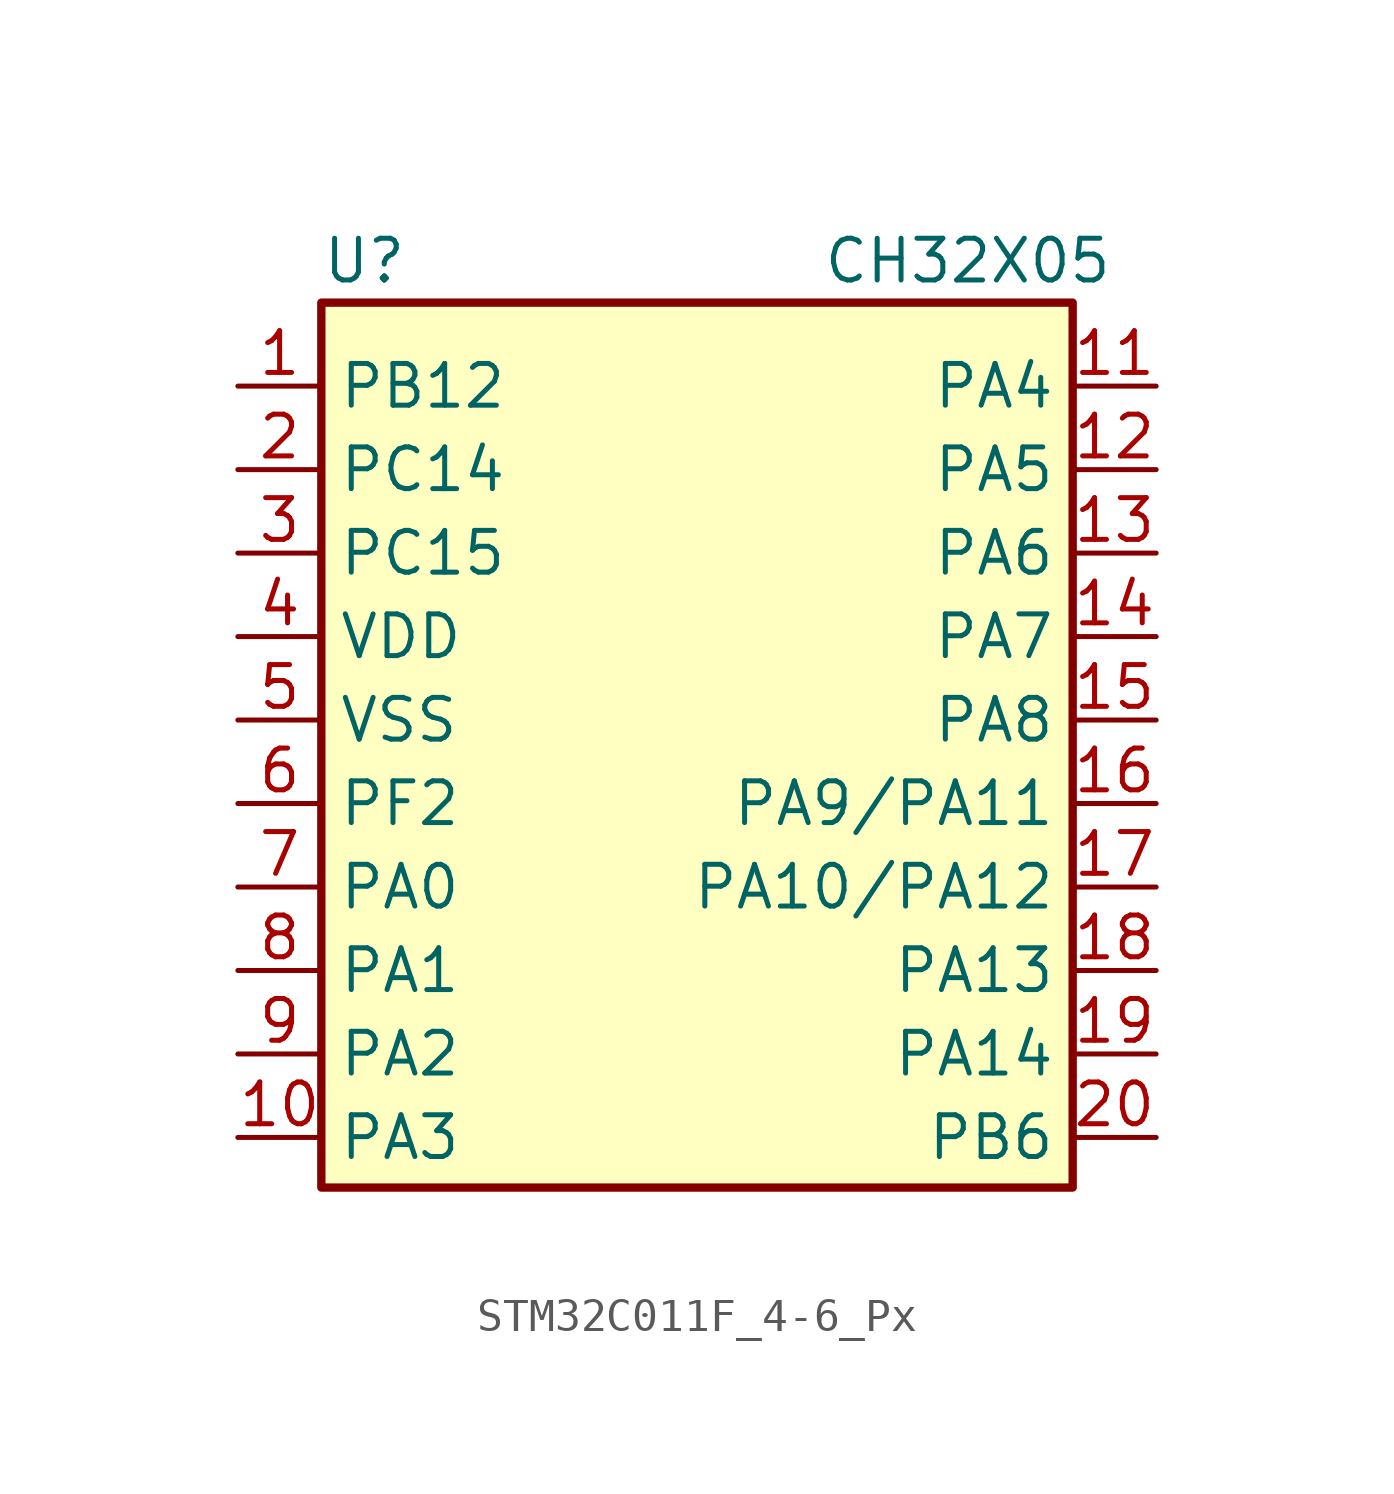
<source format=kicad_sym>
(kicad_symbol_lib
  (version 20231120)
  (generator "kicad_symbol_editor")
  (generator_version "8.0")
  (symbol "STM32C011F_4-6_Px"
    (property "Reference" "U"
      (at -10.16 21.59 0)
      (effects (font (size 1.27 1.27)) (justify left)))
    (property "Value" "CH32X05"
      (at 5.08 21.59 0)
      (effects (font (size 1.27 1.27)) (justify left)))
    (property "ki_locked" ""
      (at 0 0 0)
      (effects (font (size 1.27 1.27))))
    (symbol "STM32C011F_4-6_Px_0_1"
      (rectangle (start -10.16 20.32) (end 12.7 -6.604) (stroke (width 0.254) (type default)) (fill (type background))))
    (symbol "STM32C011F_4-6_Px_1_1"
      (pin bidirectional line (at -12.7 17.78 0) (length 2.54) (name "PB12" (effects (font (size 1.27 1.27)))) (number "1" (effects (font (size 1.27 1.27)))) (alternate "I2C1_SCL" bidirectional line) (alternate "I2C1_SDA" bidirectional line) (alternate "RTC_REFIN" bidirectional line) (alternate "TIM16_CH1" bidirectional line) (alternate "TIM17_CH1N" bidirectional line) (alternate "TIM1_CH4" bidirectional line) (alternate "TIM3_CH1" bidirectional line) (alternate "TIM3_CH4" bidirectional line) (alternate "USART1_RX" bidirectional line) (alternate "USART2_CTS" bidirectional line) (alternate "USART2_NSS" bidirectional line))
      (pin bidirectional line (at -12.7 -5.08 0) (length 2.54) (name "PA3" (effects (font (size 1.27 1.27)))) (number "10" (effects (font (size 1.27 1.27)))) (alternate "ADC1_IN3" bidirectional line) (alternate "TIM1_CH1N" bidirectional line) (alternate "TIM1_CH4" bidirectional line) (alternate "USART2_RX" bidirectional line))
      (pin bidirectional line (at 15.24 17.78 180) (length 2.54) (name "PA4" (effects (font (size 1.27 1.27)))) (number "11" (effects (font (size 1.27 1.27)))) (alternate "ADC1_IN4" bidirectional line) (alternate "I2S1_WS" bidirectional line) (alternate "PWR_WKUP2" bidirectional line) (alternate "RTC_OUT1" bidirectional line) (alternate "RTC_TS" bidirectional line) (alternate "SPI1_NSS" bidirectional line) (alternate "TIM14_CH1" bidirectional line) (alternate "TIM17_CH1N" bidirectional line) (alternate "TIM1_CH2N" bidirectional line) (alternate "USART2_TX" bidirectional line))
      (pin bidirectional line (at 15.24 15.24 180) (length 2.54) (name "PA5" (effects (font (size 1.27 1.27)))) (number "12" (effects (font (size 1.27 1.27)))) (alternate "ADC1_IN5" bidirectional line) (alternate "I2S1_CK" bidirectional line) (alternate "SPI1_SCK" bidirectional line) (alternate "TIM1_CH1" bidirectional line) (alternate "TIM1_CH3N" bidirectional line) (alternate "USART2_RX" bidirectional line))
      (pin bidirectional line (at 15.24 12.7 180) (length 2.54) (name "PA6" (effects (font (size 1.27 1.27)))) (number "13" (effects (font (size 1.27 1.27)))) (alternate "ADC1_IN6" bidirectional line) (alternate "I2S1_MCK" bidirectional line) (alternate "SPI1_MISO" bidirectional line) (alternate "TIM16_CH1" bidirectional line) (alternate "TIM1_BKIN" bidirectional line) (alternate "TIM3_CH1" bidirectional line))
      (pin bidirectional line (at 15.24 10.16 180) (length 2.54) (name "PA7" (effects (font (size 1.27 1.27)))) (number "14" (effects (font (size 1.27 1.27)))) (alternate "ADC1_IN7" bidirectional line) (alternate "I2S1_SD" bidirectional line) (alternate "SPI1_MOSI" bidirectional line) (alternate "TIM14_CH1" bidirectional line) (alternate "TIM17_CH1" bidirectional line) (alternate "TIM1_CH1N" bidirectional line) (alternate "TIM3_CH2" bidirectional line))
      (pin bidirectional line (at 15.24 7.62 180) (length 2.54) (name "PA8" (effects (font (size 1.27 1.27)))) (number "15" (effects (font (size 1.27 1.27)))) (alternate "ADC1_IN8" bidirectional line) (alternate "I2S1_WS" bidirectional line) (alternate "RCC_MCO" bidirectional line) (alternate "RCC_MCO_2" bidirectional line) (alternate "SPI1_NSS" bidirectional line) (alternate "TIM14_CH1" bidirectional line) (alternate "TIM1_CH1" bidirectional line) (alternate "TIM1_CH2N" bidirectional line) (alternate "TIM1_CH3N" bidirectional line) (alternate "TIM3_CH3" bidirectional line) (alternate "TIM3_CH4" bidirectional line) (alternate "USART1_RX" bidirectional line) (alternate "USART2_TX" bidirectional line))
      (pin bidirectional line (at 15.24 5.08 180) (length 2.54) (name "PA9/PA11" (effects (font (size 1.27 1.27)))) (number "16" (effects (font (size 1.27 1.27)))) (alternate "I2C1_SCL" bidirectional line) (alternate "RCC_MCO" bidirectional line) (alternate "TIM1_CH2" bidirectional line) (alternate "TIM3_ETR" bidirectional line) (alternate "USART1_TX" bidirectional line))
      (pin bidirectional line (at 15.24 2.54 180) (length 2.54) (name "PA10/PA12" (effects (font (size 1.27 1.27)))) (number "17" (effects (font (size 1.27 1.27)))) (alternate "I2C1_SDA" bidirectional line) (alternate "RCC_MCO_2" bidirectional line) (alternate "TIM17_BKIN" bidirectional line) (alternate "TIM1_CH3" bidirectional line) (alternate "USART1_RX" bidirectional line))
      (pin bidirectional line (at 15.24 0 180) (length 2.54) (name "PA13" (effects (font (size 1.27 1.27)))) (number "18" (effects (font (size 1.27 1.27)))) (alternate "ADC1_IN13" bidirectional line) (alternate "DEBUG_SWDIO" bidirectional line) (alternate "IR_OUT" bidirectional line) (alternate "TIM3_ETR" bidirectional line) (alternate "USART2_RX" bidirectional line))
      (pin bidirectional line (at 15.24 -2.54 180) (length 2.54) (name "PA14" (effects (font (size 1.27 1.27)))) (number "19" (effects (font (size 1.27 1.27)))) (alternate "ADC1_IN14" bidirectional line) (alternate "DEBUG_SWCLK" bidirectional line) (alternate "I2S1_WS" bidirectional line) (alternate "RCC_MCO_2" bidirectional line) (alternate "SPI1_NSS" bidirectional line) (alternate "TIM1_CH1" bidirectional line) (alternate "USART1_CK" bidirectional line) (alternate "USART1_DE" bidirectional line) (alternate "USART1_RTS" bidirectional line) (alternate "USART2_RX" bidirectional line) (alternate "USART2_TX" bidirectional line))
      (pin bidirectional line (at -12.7 15.24 0) (length 2.54) (name "PC14" (effects (font (size 1.27 1.27)))) (number "2" (effects (font (size 1.27 1.27)))) (alternate "I2C1_SDA" bidirectional line) (alternate "IR_OUT" bidirectional line) (alternate "RCC_OSCX_IN" bidirectional line) (alternate "TIM17_CH1" bidirectional line) (alternate "TIM1_BKIN2" bidirectional line) (alternate "TIM1_ETR" bidirectional line) (alternate "TIM3_CH2" bidirectional line) (alternate "USART1_TX" bidirectional line) (alternate "USART2_CK" bidirectional line) (alternate "USART2_DE" bidirectional line) (alternate "USART2_RTS" bidirectional line))
      (pin bidirectional line (at 15.24 -5.08 180) (length 2.54) (name "PB6" (effects (font (size 1.27 1.27)))) (number "20" (effects (font (size 1.27 1.27)))) (alternate "I2C1_SCL" bidirectional line) (alternate "I2C1_SMBA" bidirectional line) (alternate "I2S1_CK" bidirectional line) (alternate "I2S1_MCK" bidirectional line) (alternate "I2S1_SD" bidirectional line) (alternate "PWR_WKUP3" bidirectional line) (alternate "SPI1_MISO" bidirectional line) (alternate "SPI1_MOSI" bidirectional line) (alternate "SPI1_SCK" bidirectional line) (alternate "TIM16_BKIN" bidirectional line) (alternate "TIM16_CH1N" bidirectional line) (alternate "TIM17_BKIN" bidirectional line) (alternate "TIM1_CH2" bidirectional line) (alternate "TIM1_CH3" bidirectional line) (alternate "TIM3_CH1" bidirectional line) (alternate "TIM3_CH2" bidirectional line) (alternate "TIM3_CH3" bidirectional line) (alternate "USART1_CK" bidirectional line) (alternate "USART1_CTS" bidirectional line) (alternate "USART1_DE" bidirectional line) (alternate "USART1_NSS" bidirectional line) (alternate "USART1_RTS" bidirectional line) (alternate "USART1_TX" bidirectional line))
      (pin bidirectional line (at -12.7 12.7 0) (length 2.54) (name "PC15" (effects (font (size 1.27 1.27)))) (number "3" (effects (font (size 1.27 1.27)))) (alternate "RCC_OSC32_EN" bidirectional line) (alternate "RCC_OSCX_OUT" bidirectional line) (alternate "RCC_OSC_EN" bidirectional line) (alternate "TIM1_ETR" bidirectional line) (alternate "TIM3_CH3" bidirectional line))
      (pin power_in line (at -12.7 10.16 0) (length 2.54) (name "VDD" (effects (font (size 1.27 1.27)))) (number "4" (effects (font (size 1.27 1.27)))))
      (pin power_in line (at -12.7 7.62 0) (length 2.54) (name "VSS" (effects (font (size 1.27 1.27)))) (number "5" (effects (font (size 1.27 1.27)))))
      (pin bidirectional line (at -12.7 5.08 0) (length 2.54) (name "PF2" (effects (font (size 1.27 1.27)))) (number "6" (effects (font (size 1.27 1.27)))) (alternate "RCC_MCO" bidirectional line) (alternate "TIM1_CH4" bidirectional line))
      (pin bidirectional line (at -12.7 2.54 0) (length 2.54) (name "PA0" (effects (font (size 1.27 1.27)))) (number "7" (effects (font (size 1.27 1.27)))) (alternate "ADC1_IN0" bidirectional line) (alternate "PWR_WKUP1" bidirectional line) (alternate "TIM16_CH1" bidirectional line) (alternate "TIM1_CH1" bidirectional line) (alternate "USART1_TX" bidirectional line) (alternate "USART2_CTS" bidirectional line) (alternate "USART2_NSS" bidirectional line))
      (pin bidirectional line (at -12.7 0 0) (length 2.54) (name "PA1" (effects (font (size 1.27 1.27)))) (number "8" (effects (font (size 1.27 1.27)))) (alternate "ADC1_IN1" bidirectional line) (alternate "I2C1_SMBA" bidirectional line) (alternate "I2S1_CK" bidirectional line) (alternate "SPI1_SCK" bidirectional line) (alternate "TIM17_CH1" bidirectional line) (alternate "TIM1_CH2" bidirectional line) (alternate "USART1_RX" bidirectional line) (alternate "USART2_CK" bidirectional line) (alternate "USART2_DE" bidirectional line) (alternate "USART2_RTS" bidirectional line))
      (pin bidirectional line (at -12.7 -2.54 0) (length 2.54) (name "PA2" (effects (font (size 1.27 1.27)))) (number "9" (effects (font (size 1.27 1.27)))) (alternate "ADC1_IN2" bidirectional line) (alternate "I2S1_SD" bidirectional line) (alternate "PWR_WKUP4" bidirectional line) (alternate "RCC_LSCO" bidirectional line) (alternate "SPI1_MOSI" bidirectional line) (alternate "TIM16_CH1N" bidirectional line) (alternate "TIM1_CH3" bidirectional line) (alternate "TIM3_ETR" bidirectional line) (alternate "USART2_TX" bidirectional line)))))
</source>
